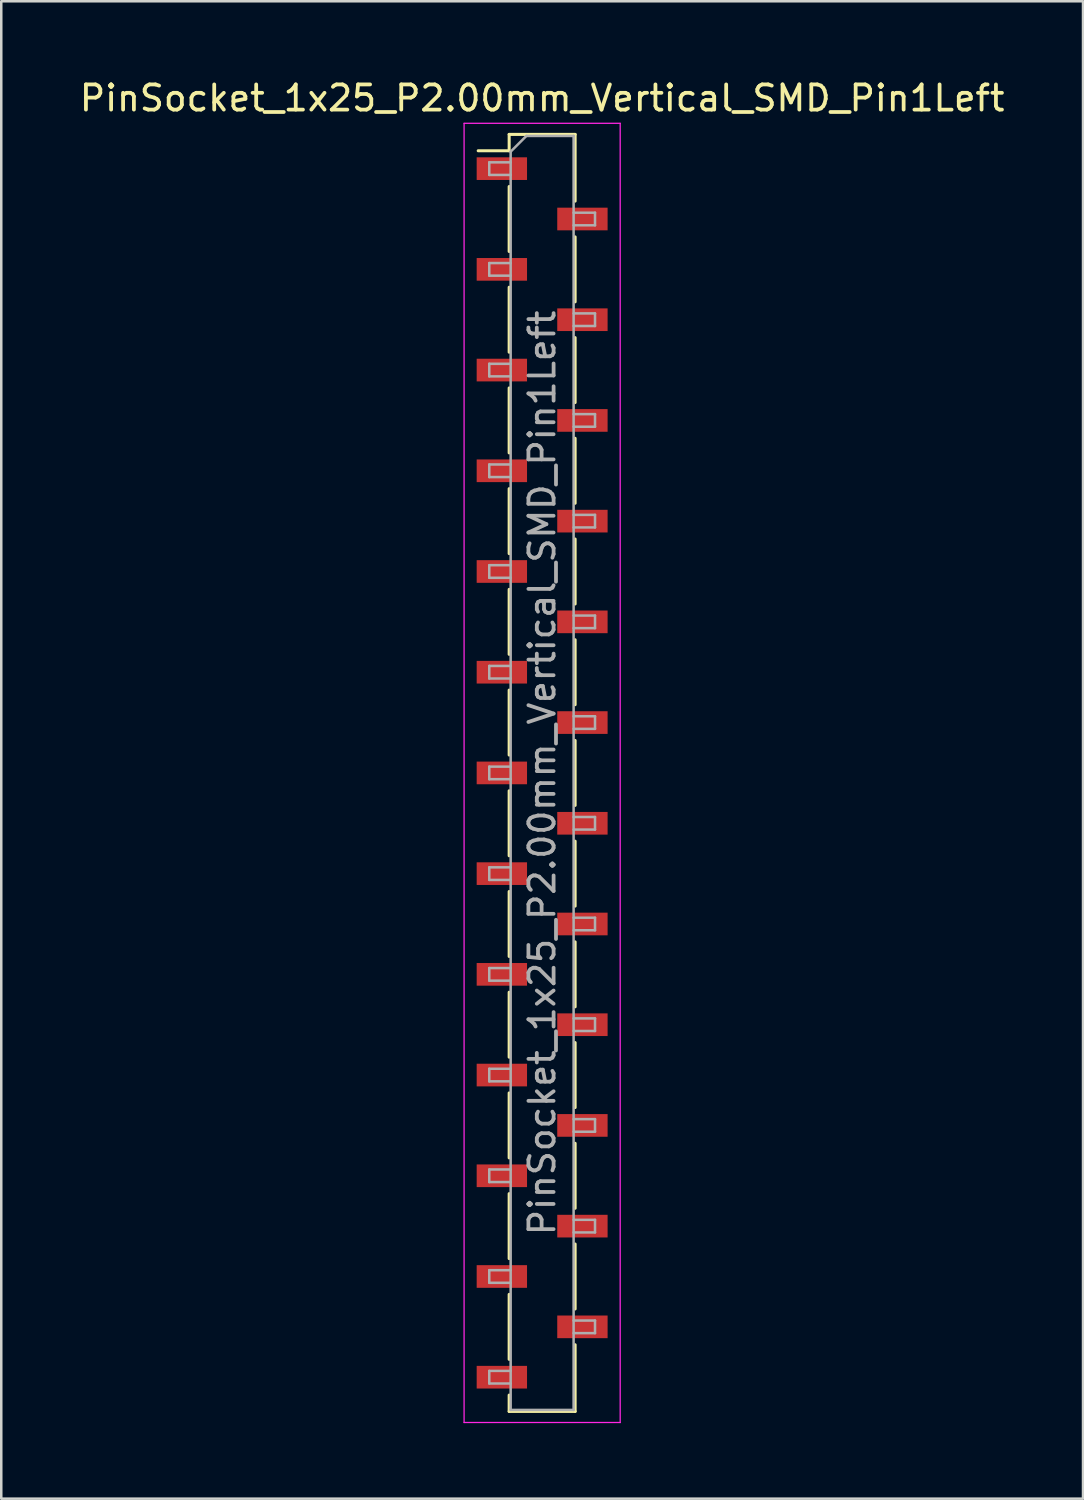
<source format=kicad_pcb>
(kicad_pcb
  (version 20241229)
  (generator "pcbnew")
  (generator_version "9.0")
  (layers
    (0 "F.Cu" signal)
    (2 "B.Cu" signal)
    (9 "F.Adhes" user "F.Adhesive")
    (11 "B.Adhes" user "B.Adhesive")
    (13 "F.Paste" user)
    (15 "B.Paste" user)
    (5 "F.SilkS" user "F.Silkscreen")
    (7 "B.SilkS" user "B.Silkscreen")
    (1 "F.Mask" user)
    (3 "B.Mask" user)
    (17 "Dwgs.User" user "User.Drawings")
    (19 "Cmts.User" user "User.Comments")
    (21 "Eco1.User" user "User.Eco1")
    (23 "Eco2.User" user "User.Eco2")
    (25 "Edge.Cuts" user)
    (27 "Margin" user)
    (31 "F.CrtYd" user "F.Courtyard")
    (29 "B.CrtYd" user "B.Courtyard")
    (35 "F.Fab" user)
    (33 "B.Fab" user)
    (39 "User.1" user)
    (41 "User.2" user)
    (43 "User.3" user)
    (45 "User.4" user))
  (footprint "PinSocket_1x25_P2.00mm_Vertical_SMD_Pin1Left"
    (layer "F.Cu")
    (at 18.482 27.648)
    (property "Reference" "PinSocket_1x25_P2.00mm_Vertical_SMD_Pin1Left" (at 0 -26.8 0) (layer "F.SilkS") (effects (font (size 1 1) (thickness 0.15))))
    (attr smd)
    (fp_line (start -2.54 -24.71) (end -1.31 -24.71) (stroke (width 0.12) (type solid)) (layer "F.SilkS"))
    (fp_line (start -1.31 -25.36) (end -1.31 -24.71) (stroke (width 0.12) (type solid)) (layer "F.SilkS"))
    (fp_line (start -1.31 -25.36) (end 1.31 -25.36) (stroke (width 0.12) (type solid)) (layer "F.SilkS"))
    (fp_line (start -1.31 -23.29) (end -1.31 -20.71) (stroke (width 0.12) (type solid)) (layer "F.SilkS"))
    (fp_line (start -1.31 -19.29) (end -1.31 -16.71) (stroke (width 0.12) (type solid)) (layer "F.SilkS"))
    (fp_line (start -1.31 -15.29) (end -1.31 -12.71) (stroke (width 0.12) (type solid)) (layer "F.SilkS"))
    (fp_line (start -1.31 -11.29) (end -1.31 -8.71) (stroke (width 0.12) (type solid)) (layer "F.SilkS"))
    (fp_line (start -1.31 -7.29) (end -1.31 -4.71) (stroke (width 0.12) (type solid)) (layer "F.SilkS"))
    (fp_line (start -1.31 -3.29) (end -1.31 -0.71) (stroke (width 0.12) (type solid)) (layer "F.SilkS"))
    (fp_line (start -1.31 0.71) (end -1.31 3.29) (stroke (width 0.12) (type solid)) (layer "F.SilkS"))
    (fp_line (start -1.31 4.71) (end -1.31 7.29) (stroke (width 0.12) (type solid)) (layer "F.SilkS"))
    (fp_line (start -1.31 8.71) (end -1.31 11.29) (stroke (width 0.12) (type solid)) (layer "F.SilkS"))
    (fp_line (start -1.31 12.71) (end -1.31 15.29) (stroke (width 0.12) (type solid)) (layer "F.SilkS"))
    (fp_line (start -1.31 16.71) (end -1.31 19.29) (stroke (width 0.12) (type solid)) (layer "F.SilkS"))
    (fp_line (start -1.31 20.71) (end -1.31 23.29) (stroke (width 0.12) (type solid)) (layer "F.SilkS"))
    (fp_line (start -1.31 24.71) (end -1.31 25.36) (stroke (width 0.12) (type solid)) (layer "F.SilkS"))
    (fp_line (start -1.31 25.36) (end 1.31 25.36) (stroke (width 0.12) (type solid)) (layer "F.SilkS"))
    (fp_line (start 1.31 -25.36) (end 1.31 -22.71) (stroke (width 0.12) (type solid)) (layer "F.SilkS"))
    (fp_line (start 1.31 -21.29) (end 1.31 -18.71) (stroke (width 0.12) (type solid)) (layer "F.SilkS"))
    (fp_line (start 1.31 -17.29) (end 1.31 -14.71) (stroke (width 0.12) (type solid)) (layer "F.SilkS"))
    (fp_line (start 1.31 -13.29) (end 1.31 -10.71) (stroke (width 0.12) (type solid)) (layer "F.SilkS"))
    (fp_line (start 1.31 -9.29) (end 1.31 -6.71) (stroke (width 0.12) (type solid)) (layer "F.SilkS"))
    (fp_line (start 1.31 -5.29) (end 1.31 -2.71) (stroke (width 0.12) (type solid)) (layer "F.SilkS"))
    (fp_line (start 1.31 -1.29) (end 1.31 1.29) (stroke (width 0.12) (type solid)) (layer "F.SilkS"))
    (fp_line (start 1.31 2.71) (end 1.31 5.29) (stroke (width 0.12) (type solid)) (layer "F.SilkS"))
    (fp_line (start 1.31 6.71) (end 1.31 9.29) (stroke (width 0.12) (type solid)) (layer "F.SilkS"))
    (fp_line (start 1.31 10.71) (end 1.31 13.29) (stroke (width 0.12) (type solid)) (layer "F.SilkS"))
    (fp_line (start 1.31 14.71) (end 1.31 17.29) (stroke (width 0.12) (type solid)) (layer "F.SilkS"))
    (fp_line (start 1.31 18.71) (end 1.31 21.29) (stroke (width 0.12) (type solid)) (layer "F.SilkS"))
    (fp_line (start 1.31 22.71) (end 1.31 25.36) (stroke (width 0.12) (type solid)) (layer "F.SilkS"))
    (fp_line (start -3.1 -25.8) (end 3.1 -25.8) (stroke (width 0.05) (type solid)) (layer "F.CrtYd"))
    (fp_line (start -3.1 25.8) (end -3.1 -25.8) (stroke (width 0.05) (type solid)) (layer "F.CrtYd"))
    (fp_line (start 3.1 -25.8) (end 3.1 25.8) (stroke (width 0.05) (type solid)) (layer "F.CrtYd"))
    (fp_line (start 3.1 25.8) (end -3.1 25.8) (stroke (width 0.05) (type solid)) (layer "F.CrtYd"))
    (fp_line (start -2.1 -24.25) (end -1.25 -24.25) (stroke (width 0.1) (type solid)) (layer "F.Fab"))
    (fp_line (start -2.1 -23.75) (end -2.1 -24.25) (stroke (width 0.1) (type solid)) (layer "F.Fab"))
    (fp_line (start -2.1 -20.25) (end -1.25 -20.25) (stroke (width 0.1) (type solid)) (layer "F.Fab"))
    (fp_line (start -2.1 -19.75) (end -2.1 -20.25) (stroke (width 0.1) (type solid)) (layer "F.Fab"))
    (fp_line (start -2.1 -16.25) (end -1.25 -16.25) (stroke (width 0.1) (type solid)) (layer "F.Fab"))
    (fp_line (start -2.1 -15.75) (end -2.1 -16.25) (stroke (width 0.1) (type solid)) (layer "F.Fab"))
    (fp_line (start -2.1 -12.25) (end -1.25 -12.25) (stroke (width 0.1) (type solid)) (layer "F.Fab"))
    (fp_line (start -2.1 -11.75) (end -2.1 -12.25) (stroke (width 0.1) (type solid)) (layer "F.Fab"))
    (fp_line (start -2.1 -8.25) (end -1.25 -8.25) (stroke (width 0.1) (type solid)) (layer "F.Fab"))
    (fp_line (start -2.1 -7.75) (end -2.1 -8.25) (stroke (width 0.1) (type solid)) (layer "F.Fab"))
    (fp_line (start -2.1 -4.25) (end -1.25 -4.25) (stroke (width 0.1) (type solid)) (layer "F.Fab"))
    (fp_line (start -2.1 -3.75) (end -2.1 -4.25) (stroke (width 0.1) (type solid)) (layer "F.Fab"))
    (fp_line (start -2.1 -0.25) (end -1.25 -0.25) (stroke (width 0.1) (type solid)) (layer "F.Fab"))
    (fp_line (start -2.1 0.25) (end -2.1 -0.25) (stroke (width 0.1) (type solid)) (layer "F.Fab"))
    (fp_line (start -2.1 3.75) (end -1.25 3.75) (stroke (width 0.1) (type solid)) (layer "F.Fab"))
    (fp_line (start -2.1 4.25) (end -2.1 3.75) (stroke (width 0.1) (type solid)) (layer "F.Fab"))
    (fp_line (start -2.1 7.75) (end -1.25 7.75) (stroke (width 0.1) (type solid)) (layer "F.Fab"))
    (fp_line (start -2.1 8.25) (end -2.1 7.75) (stroke (width 0.1) (type solid)) (layer "F.Fab"))
    (fp_line (start -2.1 11.75) (end -1.25 11.75) (stroke (width 0.1) (type solid)) (layer "F.Fab"))
    (fp_line (start -2.1 12.25) (end -2.1 11.75) (stroke (width 0.1) (type solid)) (layer "F.Fab"))
    (fp_line (start -2.1 15.75) (end -1.25 15.75) (stroke (width 0.1) (type solid)) (layer "F.Fab"))
    (fp_line (start -2.1 16.25) (end -2.1 15.75) (stroke (width 0.1) (type solid)) (layer "F.Fab"))
    (fp_line (start -2.1 19.75) (end -1.25 19.75) (stroke (width 0.1) (type solid)) (layer "F.Fab"))
    (fp_line (start -2.1 20.25) (end -2.1 19.75) (stroke (width 0.1) (type solid)) (layer "F.Fab"))
    (fp_line (start -2.1 23.75) (end -1.25 23.75) (stroke (width 0.1) (type solid)) (layer "F.Fab"))
    (fp_line (start -2.1 24.25) (end -2.1 23.75) (stroke (width 0.1) (type solid)) (layer "F.Fab"))
    (fp_line (start -1.25 -24.675) (end -0.625 -25.3) (stroke (width 0.1) (type solid)) (layer "F.Fab"))
    (fp_line (start -1.25 -23.75) (end -2.1 -23.75) (stroke (width 0.1) (type solid)) (layer "F.Fab"))
    (fp_line (start -1.25 -19.75) (end -2.1 -19.75) (stroke (width 0.1) (type solid)) (layer "F.Fab"))
    (fp_line (start -1.25 -15.75) (end -2.1 -15.75) (stroke (width 0.1) (type solid)) (layer "F.Fab"))
    (fp_line (start -1.25 -11.75) (end -2.1 -11.75) (stroke (width 0.1) (type solid)) (layer "F.Fab"))
    (fp_line (start -1.25 -7.75) (end -2.1 -7.75) (stroke (width 0.1) (type solid)) (layer "F.Fab"))
    (fp_line (start -1.25 -3.75) (end -2.1 -3.75) (stroke (width 0.1) (type solid)) (layer "F.Fab"))
    (fp_line (start -1.25 0.25) (end -2.1 0.25) (stroke (width 0.1) (type solid)) (layer "F.Fab"))
    (fp_line (start -1.25 4.25) (end -2.1 4.25) (stroke (width 0.1) (type solid)) (layer "F.Fab"))
    (fp_line (start -1.25 8.25) (end -2.1 8.25) (stroke (width 0.1) (type solid)) (layer "F.Fab"))
    (fp_line (start -1.25 12.25) (end -2.1 12.25) (stroke (width 0.1) (type solid)) (layer "F.Fab"))
    (fp_line (start -1.25 16.25) (end -2.1 16.25) (stroke (width 0.1) (type solid)) (layer "F.Fab"))
    (fp_line (start -1.25 20.25) (end -2.1 20.25) (stroke (width 0.1) (type solid)) (layer "F.Fab"))
    (fp_line (start -1.25 24.25) (end -2.1 24.25) (stroke (width 0.1) (type solid)) (layer "F.Fab"))
    (fp_line (start -1.25 25.3) (end -1.25 -24.675) (stroke (width 0.1) (type solid)) (layer "F.Fab"))
    (fp_line (start -0.625 -25.3) (end 1.25 -25.3) (stroke (width 0.1) (type solid)) (layer "F.Fab"))
    (fp_line (start 1.25 -25.3) (end 1.25 25.3) (stroke (width 0.1) (type solid)) (layer "F.Fab"))
    (fp_line (start 1.25 -22.25) (end 2.1 -22.25) (stroke (width 0.1) (type solid)) (layer "F.Fab"))
    (fp_line (start 1.25 -18.25) (end 2.1 -18.25) (stroke (width 0.1) (type solid)) (layer "F.Fab"))
    (fp_line (start 1.25 -14.25) (end 2.1 -14.25) (stroke (width 0.1) (type solid)) (layer "F.Fab"))
    (fp_line (start 1.25 -10.25) (end 2.1 -10.25) (stroke (width 0.1) (type solid)) (layer "F.Fab"))
    (fp_line (start 1.25 -6.25) (end 2.1 -6.25) (stroke (width 0.1) (type solid)) (layer "F.Fab"))
    (fp_line (start 1.25 -2.25) (end 2.1 -2.25) (stroke (width 0.1) (type solid)) (layer "F.Fab"))
    (fp_line (start 1.25 1.75) (end 2.1 1.75) (stroke (width 0.1) (type solid)) (layer "F.Fab"))
    (fp_line (start 1.25 5.75) (end 2.1 5.75) (stroke (width 0.1) (type solid)) (layer "F.Fab"))
    (fp_line (start 1.25 9.75) (end 2.1 9.75) (stroke (width 0.1) (type solid)) (layer "F.Fab"))
    (fp_line (start 1.25 13.75) (end 2.1 13.75) (stroke (width 0.1) (type solid)) (layer "F.Fab"))
    (fp_line (start 1.25 17.75) (end 2.1 17.75) (stroke (width 0.1) (type solid)) (layer "F.Fab"))
    (fp_line (start 1.25 21.75) (end 2.1 21.75) (stroke (width 0.1) (type solid)) (layer "F.Fab"))
    (fp_line (start 1.25 25.3) (end -1.25 25.3) (stroke (width 0.1) (type solid)) (layer "F.Fab"))
    (fp_line (start 2.1 -22.25) (end 2.1 -21.75) (stroke (width 0.1) (type solid)) (layer "F.Fab"))
    (fp_line (start 2.1 -21.75) (end 1.25 -21.75) (stroke (width 0.1) (type solid)) (layer "F.Fab"))
    (fp_line (start 2.1 -18.25) (end 2.1 -17.75) (stroke (width 0.1) (type solid)) (layer "F.Fab"))
    (fp_line (start 2.1 -17.75) (end 1.25 -17.75) (stroke (width 0.1) (type solid)) (layer "F.Fab"))
    (fp_line (start 2.1 -14.25) (end 2.1 -13.75) (stroke (width 0.1) (type solid)) (layer "F.Fab"))
    (fp_line (start 2.1 -13.75) (end 1.25 -13.75) (stroke (width 0.1) (type solid)) (layer "F.Fab"))
    (fp_line (start 2.1 -10.25) (end 2.1 -9.75) (stroke (width 0.1) (type solid)) (layer "F.Fab"))
    (fp_line (start 2.1 -9.75) (end 1.25 -9.75) (stroke (width 0.1) (type solid)) (layer "F.Fab"))
    (fp_line (start 2.1 -6.25) (end 2.1 -5.75) (stroke (width 0.1) (type solid)) (layer "F.Fab"))
    (fp_line (start 2.1 -5.75) (end 1.25 -5.75) (stroke (width 0.1) (type solid)) (layer "F.Fab"))
    (fp_line (start 2.1 -2.25) (end 2.1 -1.75) (stroke (width 0.1) (type solid)) (layer "F.Fab"))
    (fp_line (start 2.1 -1.75) (end 1.25 -1.75) (stroke (width 0.1) (type solid)) (layer "F.Fab"))
    (fp_line (start 2.1 1.75) (end 2.1 2.25) (stroke (width 0.1) (type solid)) (layer "F.Fab"))
    (fp_line (start 2.1 2.25) (end 1.25 2.25) (stroke (width 0.1) (type solid)) (layer "F.Fab"))
    (fp_line (start 2.1 5.75) (end 2.1 6.25) (stroke (width 0.1) (type solid)) (layer "F.Fab"))
    (fp_line (start 2.1 6.25) (end 1.25 6.25) (stroke (width 0.1) (type solid)) (layer "F.Fab"))
    (fp_line (start 2.1 9.75) (end 2.1 10.25) (stroke (width 0.1) (type solid)) (layer "F.Fab"))
    (fp_line (start 2.1 10.25) (end 1.25 10.25) (stroke (width 0.1) (type solid)) (layer "F.Fab"))
    (fp_line (start 2.1 13.75) (end 2.1 14.25) (stroke (width 0.1) (type solid)) (layer "F.Fab"))
    (fp_line (start 2.1 14.25) (end 1.25 14.25) (stroke (width 0.1) (type solid)) (layer "F.Fab"))
    (fp_line (start 2.1 17.75) (end 2.1 18.25) (stroke (width 0.1) (type solid)) (layer "F.Fab"))
    (fp_line (start 2.1 18.25) (end 1.25 18.25) (stroke (width 0.1) (type solid)) (layer "F.Fab"))
    (fp_line (start 2.1 21.75) (end 2.1 22.25) (stroke (width 0.1) (type solid)) (layer "F.Fab"))
    (fp_line (start 2.1 22.25) (end 1.25 22.25) (stroke (width 0.1) (type solid)) (layer "F.Fab"))
    (fp_text user "${REFERENCE}" (at 0 0 90) (layer "F.Fab") (effects (font (size 1 1) (thickness 0.15))))
    (pad "1" smd rect (at -1.6 -24) (size 2 0.9) (layers "F.Cu" "F.Mask" "F.Paste"))
    (pad "2" smd rect (at 1.6 -22) (size 2 0.9) (layers "F.Cu" "F.Mask" "F.Paste"))
    (pad "3" smd rect (at -1.6 -20) (size 2 0.9) (layers "F.Cu" "F.Mask" "F.Paste"))
    (pad "4" smd rect (at 1.6 -18) (size 2 0.9) (layers "F.Cu" "F.Mask" "F.Paste"))
    (pad "5" smd rect (at -1.6 -16) (size 2 0.9) (layers "F.Cu" "F.Mask" "F.Paste"))
    (pad "6" smd rect (at 1.6 -14) (size 2 0.9) (layers "F.Cu" "F.Mask" "F.Paste"))
    (pad "7" smd rect (at -1.6 -12) (size 2 0.9) (layers "F.Cu" "F.Mask" "F.Paste"))
    (pad "8" smd rect (at 1.6 -10) (size 2 0.9) (layers "F.Cu" "F.Mask" "F.Paste"))
    (pad "9" smd rect (at -1.6 -8) (size 2 0.9) (layers "F.Cu" "F.Mask" "F.Paste"))
    (pad "10" smd rect (at 1.6 -6) (size 2 0.9) (layers "F.Cu" "F.Mask" "F.Paste"))
    (pad "11" smd rect (at -1.6 -4) (size 2 0.9) (layers "F.Cu" "F.Mask" "F.Paste"))
    (pad "12" smd rect (at 1.6 -2) (size 2 0.9) (layers "F.Cu" "F.Mask" "F.Paste"))
    (pad "13" smd rect (at -1.6 0) (size 2 0.9) (layers "F.Cu" "F.Mask" "F.Paste"))
    (pad "14" smd rect (at 1.6 2) (size 2 0.9) (layers "F.Cu" "F.Mask" "F.Paste"))
    (pad "15" smd rect (at -1.6 4) (size 2 0.9) (layers "F.Cu" "F.Mask" "F.Paste"))
    (pad "16" smd rect (at 1.6 6) (size 2 0.9) (layers "F.Cu" "F.Mask" "F.Paste"))
    (pad "17" smd rect (at -1.6 8) (size 2 0.9) (layers "F.Cu" "F.Mask" "F.Paste"))
    (pad "18" smd rect (at 1.6 10) (size 2 0.9) (layers "F.Cu" "F.Mask" "F.Paste"))
    (pad "19" smd rect (at -1.6 12) (size 2 0.9) (layers "F.Cu" "F.Mask" "F.Paste"))
    (pad "20" smd rect (at 1.6 14) (size 2 0.9) (layers "F.Cu" "F.Mask" "F.Paste"))
    (pad "21" smd rect (at -1.6 16) (size 2 0.9) (layers "F.Cu" "F.Mask" "F.Paste"))
    (pad "22" smd rect (at 1.6 18) (size 2 0.9) (layers "F.Cu" "F.Mask" "F.Paste"))
    (pad "23" smd rect (at -1.6 20) (size 2 0.9) (layers "F.Cu" "F.Mask" "F.Paste"))
    (pad "24" smd rect (at 1.6 22) (size 2 0.9) (layers "F.Cu" "F.Mask" "F.Paste"))
    (pad "25" smd rect (at -1.6 24) (size 2 0.9) (layers "F.Cu" "F.Mask" "F.Paste")))
  (gr_rect
    (start -3 -3)
    (end 39.964 56.473)
    (stroke (width 0.1) (type default))
    (fill no)
    (layer "Edge.Cuts")))
</source>
